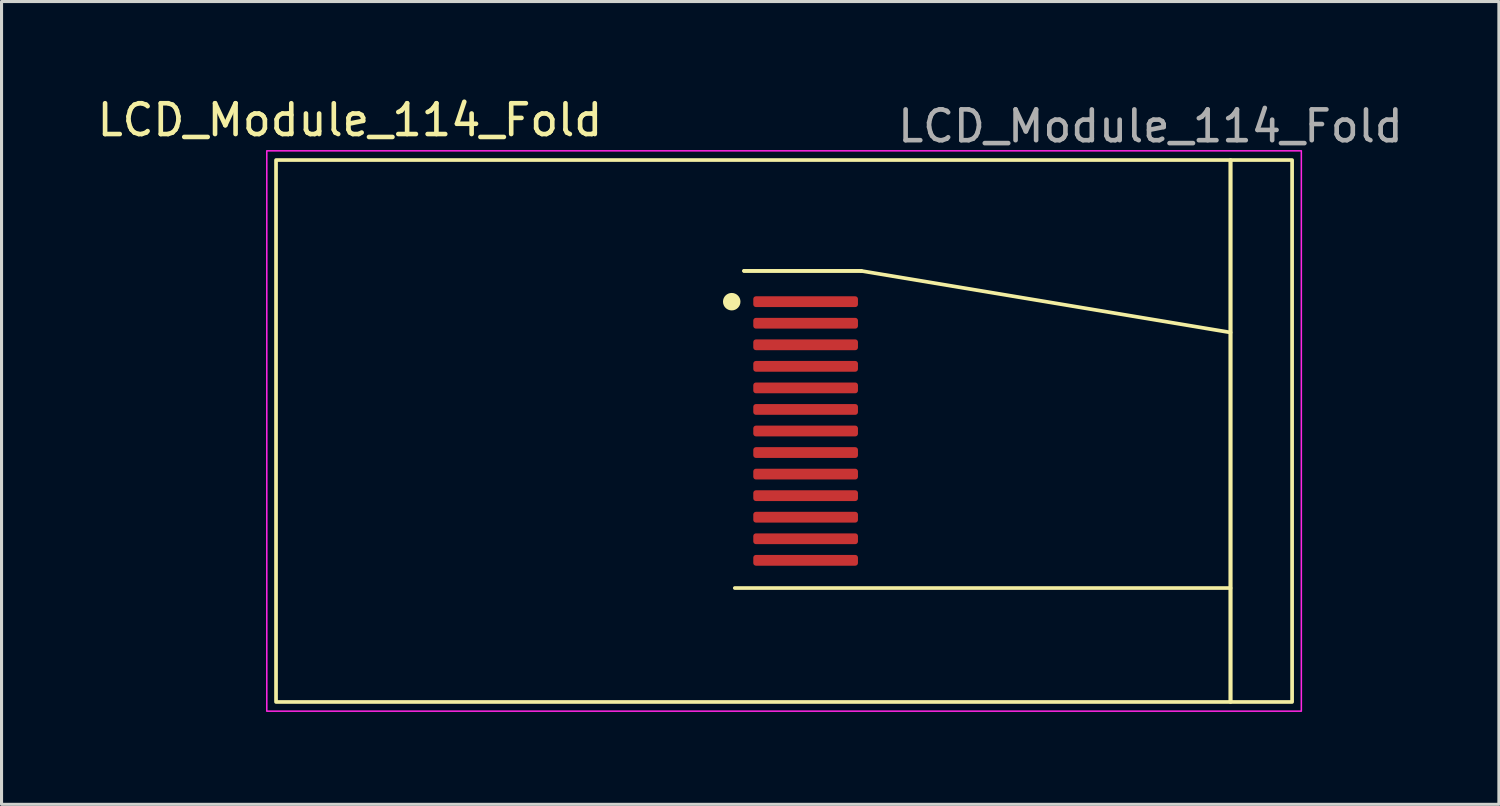
<source format=kicad_pcb>
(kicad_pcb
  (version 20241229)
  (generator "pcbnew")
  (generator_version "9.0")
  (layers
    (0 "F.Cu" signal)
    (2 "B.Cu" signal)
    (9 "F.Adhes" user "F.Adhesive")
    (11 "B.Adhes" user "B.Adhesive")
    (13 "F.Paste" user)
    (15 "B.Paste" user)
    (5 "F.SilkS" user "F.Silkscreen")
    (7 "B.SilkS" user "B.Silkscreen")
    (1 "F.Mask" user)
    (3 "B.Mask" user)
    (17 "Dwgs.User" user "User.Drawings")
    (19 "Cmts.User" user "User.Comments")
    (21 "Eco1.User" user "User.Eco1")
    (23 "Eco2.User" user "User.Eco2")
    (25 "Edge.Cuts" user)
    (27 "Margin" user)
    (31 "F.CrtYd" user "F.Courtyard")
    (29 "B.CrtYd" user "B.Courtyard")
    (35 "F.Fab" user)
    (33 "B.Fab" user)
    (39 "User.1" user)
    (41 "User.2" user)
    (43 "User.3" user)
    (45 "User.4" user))
  (footprint "LCD_Module_114_Fold"
    (layer "F.Cu")
    (at 22.415 10.948)
    (property "Reference" "LCD_Module_114_Fold" (at -14.1 -10.1 0) (unlocked yes) (layer "F.SilkS") (effects (font (size 1 1) (thickness 0.15))))
    (attr smd)
    (fp_line (start -1.6 5.1) (end 14.5 5.1) (stroke (width 0.12) (type solid)) (layer "F.SilkS"))
    (fp_line (start -1.3 -5.2) (end 2.5 -5.2) (stroke (width 0.12) (type solid)) (layer "F.SilkS"))
    (fp_line (start 2.5 -5.2) (end -1.3 -5.2) (stroke (width 0.12) (type solid)) (layer "F.SilkS"))
    (fp_line (start 2.5 -5.2) (end 14.5 -3.2) (stroke (width 0.12) (type solid)) (layer "F.SilkS"))
    (fp_rect (start -16.5 -8.8) (end 14.5 8.8) (stroke (width 0.12) (type solid)) (fill no) (layer "F.SilkS"))
    (fp_rect (start 14.5 -8.8) (end 16.5 8.8) (stroke (width 0.12) (type solid)) (fill no) (layer "F.SilkS"))
    (fp_circle (center -1.7 -4.2) (end -1.5 -4.1) (stroke (width 0.12) (type solid)) (fill yes) (layer "F.SilkS"))
    (fp_rect (start -16.8 -9.1) (end 16.8 9.1) (stroke (width 0.05) (type solid)) (fill no) (layer "F.CrtYd"))
    (fp_text user "${REFERENCE}" (at 11.9 -9.9 0) (unlocked yes) (layer "F.Fab") (effects (font (size 1 1) (thickness 0.15))))
    (pad "1" smd roundrect (at 0.7 -4.2) (size 3.4 0.35) (layers "F.Cu" "F.Mask" "F.Paste") (roundrect_rratio 0.25))
    (pad "2" smd roundrect (at 0.7 -3.5) (size 3.4 0.35) (layers "F.Cu" "F.Mask" "F.Paste") (roundrect_rratio 0.25))
    (pad "3" smd roundrect (at 0.7 -2.8) (size 3.4 0.35) (layers "F.Cu" "F.Mask" "F.Paste") (roundrect_rratio 0.25))
    (pad "4" smd roundrect (at 0.7 -2.1) (size 3.4 0.35) (layers "F.Cu" "F.Mask" "F.Paste") (roundrect_rratio 0.25))
    (pad "5" smd roundrect (at 0.7 -1.4) (size 3.4 0.35) (layers "F.Cu" "F.Mask" "F.Paste") (roundrect_rratio 0.25))
    (pad "6" smd roundrect (at 0.7 -0.7) (size 3.4 0.35) (layers "F.Cu" "F.Mask" "F.Paste") (roundrect_rratio 0.25))
    (pad "7" smd roundrect (at 0.7 0) (size 3.4 0.35) (layers "F.Cu" "F.Mask" "F.Paste") (roundrect_rratio 0.25))
    (pad "8" smd roundrect (at 0.7 0.7) (size 3.4 0.35) (layers "F.Cu" "F.Mask" "F.Paste") (roundrect_rratio 0.25))
    (pad "9" smd roundrect (at 0.7 1.4) (size 3.4 0.35) (layers "F.Cu" "F.Mask" "F.Paste") (roundrect_rratio 0.25))
    (pad "10" smd roundrect (at 0.7 2.1) (size 3.4 0.35) (layers "F.Cu" "F.Mask" "F.Paste") (roundrect_rratio 0.25))
    (pad "11" smd roundrect (at 0.7 2.8) (size 3.4 0.35) (layers "F.Cu" "F.Mask" "F.Paste") (roundrect_rratio 0.25))
    (pad "12" smd roundrect (at 0.7 3.5) (size 3.4 0.35) (layers "F.Cu" "F.Mask" "F.Paste") (roundrect_rratio 0.25))
    (pad "13" smd roundrect (at 0.7 4.2) (size 3.4 0.35) (layers "F.Cu" "F.Mask" "F.Paste") (roundrect_rratio 0.25)))
  (gr_rect
    (start -3 -3)
    (end 45.631 23.073)
    (stroke (width 0.1) (type default))
    (fill no)
    (layer "Edge.Cuts")))
</source>
